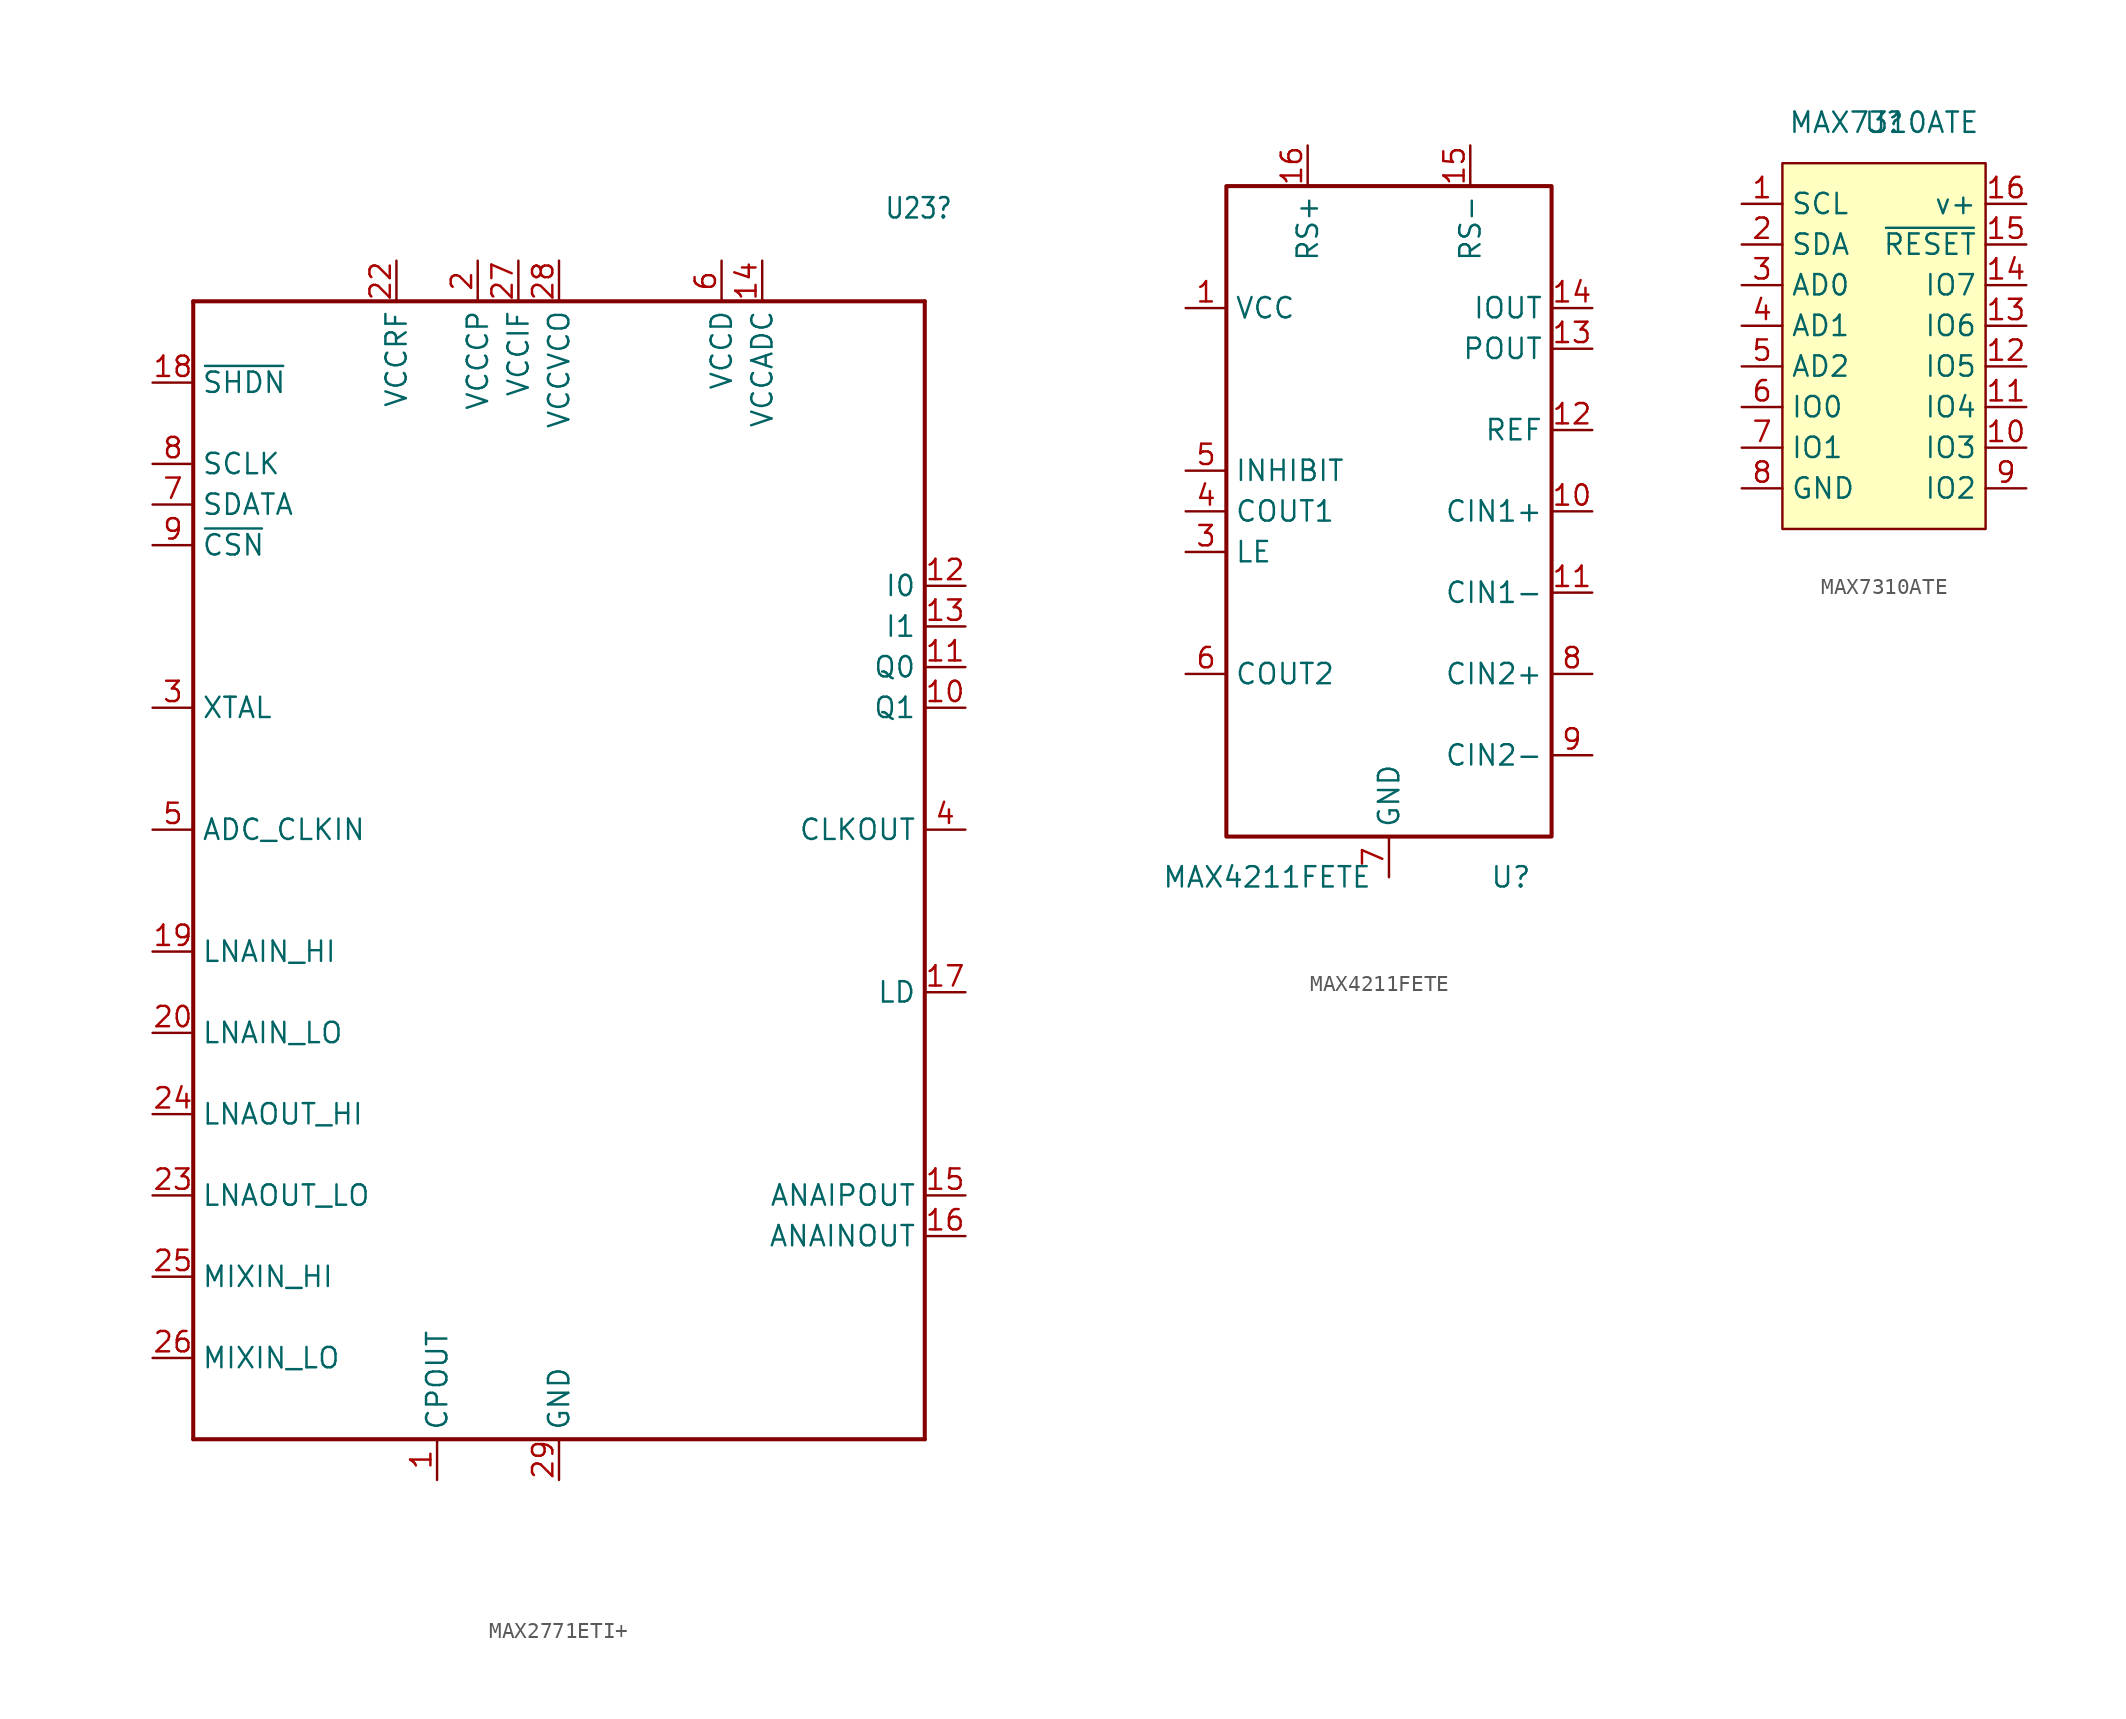
<source format=kicad_sym>
(kicad_symbol_lib
  (version 20220914)
  (generator kicad_symbol_editor)
  (symbol "MAX2771ETI+"
    (property "Reference" "U23"
      (at 20.32 40.64 0)
      (effects (font (size 1.27 1.079)) (justify left bottom)))
    (symbol "MAX2771ETI+_1_0"
      (polyline (pts (xy -22.86 -35.56) (xy 22.86 -35.56)) (stroke (width 0.254) (type default)) (fill (type none)))
      (polyline (pts (xy -22.86 35.56) (xy -22.86 -35.56)) (stroke (width 0.254) (type default)) (fill (type none)))
      (polyline (pts (xy 22.86 -35.56) (xy 22.86 35.56)) (stroke (width 0.254) (type default)) (fill (type none)))
      (polyline (pts (xy 22.86 35.56) (xy -22.86 35.56)) (stroke (width 0.254) (type default)) (fill (type none)))
      (pin output line (at -7.62 -38.1 90) (length 2.54) (name "CPOUT" (effects (font (size 1.27 1.27)))) (number "1" (effects (font (size 1.27 1.27)))))
      (pin output line (at 25.4 10.16 180) (length 2.54) (name "Q1" (effects (font (size 1.27 1.27)))) (number "10" (effects (font (size 1.27 1.27)))))
      (pin output line (at 25.4 12.7 180) (length 2.54) (name "Q0" (effects (font (size 1.27 1.27)))) (number "11" (effects (font (size 1.27 1.27)))))
      (pin output line (at 25.4 17.78 180) (length 2.54) (name "I0" (effects (font (size 1.27 1.27)))) (number "12" (effects (font (size 1.27 1.27)))))
      (pin output line (at 25.4 15.24 180) (length 2.54) (name "I1" (effects (font (size 1.27 1.27)))) (number "13" (effects (font (size 1.27 1.27)))))
      (pin power_in line (at 12.7 38.1 270) (length 2.54) (name "VCCADC" (effects (font (size 1.27 1.27)))) (number "14" (effects (font (size 1.27 1.27)))))
      (pin output line (at 25.4 -20.32 180) (length 2.54) (name "ANAIPOUT" (effects (font (size 1.27 1.27)))) (number "15" (effects (font (size 1.27 1.27)))))
      (pin output line (at 25.4 -22.86 180) (length 2.54) (name "ANAINOUT" (effects (font (size 1.27 1.27)))) (number "16" (effects (font (size 1.27 1.27)))))
      (pin output line (at 25.4 -7.62 180) (length 2.54) (name "LD" (effects (font (size 1.27 1.27)))) (number "17" (effects (font (size 1.27 1.27)))))
      (pin input line (at -25.4 30.48 0) (length 2.54) (name "~{SHDN}" (effects (font (size 1.27 1.27)))) (number "18" (effects (font (size 1.27 1.27)))))
      (pin input line (at -25.4 -5.08 0) (length 2.54) (name "LNAIN_HI" (effects (font (size 1.27 1.27)))) (number "19" (effects (font (size 1.27 1.27)))))
      (pin power_in line (at -5.08 38.1 270) (length 2.54) (name "VCCCP" (effects (font (size 1.27 1.27)))) (number "2" (effects (font (size 1.27 1.27)))))
      (pin input line (at -25.4 -10.16 0) (length 2.54) (name "LNAIN_LO" (effects (font (size 1.27 1.27)))) (number "20" (effects (font (size 1.27 1.27)))))
      (pin power_in line (at -10.16 38.1 270) (length 2.54) (name "VCCRF" (effects (font (size 1.27 1.27)))) (number "22" (effects (font (size 1.27 1.27)))))
      (pin output line (at -25.4 -20.32 0) (length 2.54) (name "LNAOUT_LO" (effects (font (size 1.27 1.27)))) (number "23" (effects (font (size 1.27 1.27)))))
      (pin output line (at -25.4 -15.24 0) (length 2.54) (name "LNAOUT_HI" (effects (font (size 1.27 1.27)))) (number "24" (effects (font (size 1.27 1.27)))))
      (pin input line (at -25.4 -25.4 0) (length 2.54) (name "MIXIN_HI" (effects (font (size 1.27 1.27)))) (number "25" (effects (font (size 1.27 1.27)))))
      (pin input line (at -25.4 -30.48 0) (length 2.54) (name "MIXIN_LO" (effects (font (size 1.27 1.27)))) (number "26" (effects (font (size 1.27 1.27)))))
      (pin power_in line (at -2.54 38.1 270) (length 2.54) (name "VCCIF" (effects (font (size 1.27 1.27)))) (number "27" (effects (font (size 1.27 1.27)))))
      (pin power_in line (at 0 38.1 270) (length 2.54) (name "VCCVCO" (effects (font (size 1.27 1.27)))) (number "28" (effects (font (size 1.27 1.27)))))
      (pin power_in line (at 0 -38.1 90) (length 2.54) (name "GND" (effects (font (size 1.27 1.27)))) (number "29" (effects (font (size 1.27 1.27)))))
      (pin input line (at -25.4 10.16 0) (length 2.54) (name "XTAL" (effects (font (size 1.27 1.27)))) (number "3" (effects (font (size 1.27 1.27)))))
      (pin output line (at 25.4 2.54 180) (length 2.54) (name "CLKOUT" (effects (font (size 1.27 1.27)))) (number "4" (effects (font (size 1.27 1.27)))))
      (pin input line (at -25.4 2.54 0) (length 2.54) (name "ADC_CLKIN" (effects (font (size 1.27 1.27)))) (number "5" (effects (font (size 1.27 1.27)))))
      (pin power_in line (at 10.16 38.1 270) (length 2.54) (name "VCCD" (effects (font (size 1.27 1.27)))) (number "6" (effects (font (size 1.27 1.27)))))
      (pin bidirectional line (at -25.4 22.86 0) (length 2.54) (name "SDATA" (effects (font (size 1.27 1.27)))) (number "7" (effects (font (size 1.27 1.27)))))
      (pin input line (at -25.4 25.4 0) (length 2.54) (name "SCLK" (effects (font (size 1.27 1.27)))) (number "8" (effects (font (size 1.27 1.27)))))
      (pin input line (at -25.4 20.32 0) (length 2.54) (name "~{CSN}" (effects (font (size 1.27 1.27)))) (number "9" (effects (font (size 1.27 1.27)))))))
  (symbol "MAX4211FETE"
    (property "Reference" "U"
      (at 7.62 -25.4 0)
      (effects (font (size 1.27 1.27))))
    (property "Value" "MAX4211FETE"
      (at -7.62 -25.4 0)
      (effects (font (size 1.27 1.27))))
    (symbol "MAX4211FETE_0_1"
      (rectangle (start -10.16 17.78) (end 10.16 -22.86) (stroke (width 0.254) (type default)) (fill (type none))))
    (symbol "MAX4211FETE_1_0"
      (pin power_in line (at -12.7 10.16 0) (length 2.54) (name "VCC" (effects (font (size 1.27 1.27)))) (number "1" (effects (font (size 1.27 1.27)))))
      (pin input line (at 12.7 -2.54 180) (length 2.54) (name "CIN1+" (effects (font (size 1.27 1.27)))) (number "10" (effects (font (size 1.27 1.27)))))
      (pin input line (at 12.7 -7.62 180) (length 2.54) (name "CIN1-" (effects (font (size 1.27 1.27)))) (number "11" (effects (font (size 1.27 1.27)))))
      (pin input line (at 12.7 2.54 180) (length 2.54) (name "REF" (effects (font (size 1.27 1.27)))) (number "12" (effects (font (size 1.27 1.27)))))
      (pin output line (at 12.7 7.62 180) (length 2.54) (name "POUT" (effects (font (size 1.27 1.27)))) (number "13" (effects (font (size 1.27 1.27)))))
      (pin output line (at 12.7 10.16 180) (length 2.54) (name "IOUT" (effects (font (size 1.27 1.27)))) (number "14" (effects (font (size 1.27 1.27)))))
      (pin input line (at 5.08 20.32 270) (length 2.54) (name "RS-" (effects (font (size 1.27 1.27)))) (number "15" (effects (font (size 1.27 1.27)))))
      (pin input line (at -5.08 20.32 270) (length 2.54) (name "RS+" (effects (font (size 1.27 1.27)))) (number "16" (effects (font (size 1.27 1.27)))))
      (pin passive line (at 0 -25.4 90) (length 2.54) hide (name "GND" (effects (font (size 1.27 1.27)))) (number "17" (effects (font (size 1.27 1.27)))))
      (pin input line (at -12.7 -5.08 0) (length 2.54) (name "LE" (effects (font (size 1.27 1.27)))) (number "3" (effects (font (size 1.27 1.27)))))
      (pin output line (at -12.7 -2.54 0) (length 2.54) (name "COUT1" (effects (font (size 1.27 1.27)))) (number "4" (effects (font (size 1.27 1.27)))))
      (pin input line (at -12.7 0 0) (length 2.54) (name "INHIBIT" (effects (font (size 1.27 1.27)))) (number "5" (effects (font (size 1.27 1.27)))))
      (pin output line (at -12.7 -12.7 0) (length 2.54) (name "COUT2" (effects (font (size 1.27 1.27)))) (number "6" (effects (font (size 1.27 1.27)))))
      (pin power_in line (at 0 -25.4 90) (length 2.54) (name "GND" (effects (font (size 1.27 1.27)))) (number "7" (effects (font (size 1.27 1.27)))))
      (pin input line (at 12.7 -12.7 180) (length 2.54) (name "CIN2+" (effects (font (size 1.27 1.27)))) (number "8" (effects (font (size 1.27 1.27)))))
      (pin input line (at 12.7 -17.78 180) (length 2.54) (name "CIN2-" (effects (font (size 1.27 1.27)))) (number "9" (effects (font (size 1.27 1.27)))))))
  (symbol "MAX7310ATE"
    (property "Reference" "U"
      (at 0 0 0)
      (effects (font (size 1.27 1.27))))
    (property "Value" "MAX7310ATE"
      (at 0 0 0)
      (effects (font (size 1.27 1.27))))
    (symbol "MAX7310ATE_0_1"
      (rectangle (start -6.35 -2.54) (end 6.35 -25.4) (stroke (width 0) (type default)) (fill (type background))))
    (symbol "MAX7310ATE_1_1"
      (pin bidirectional line (at -8.89 -5.08 0) (length 2.54) (name "SCL" (effects (font (size 1.27 1.27)))) (number "1" (effects (font (size 1.27 1.27)))))
      (pin bidirectional line (at 8.89 -20.32 180) (length 2.54) (name "IO3" (effects (font (size 1.27 1.27)))) (number "10" (effects (font (size 1.27 1.27)))))
      (pin bidirectional line (at 8.89 -17.78 180) (length 2.54) (name "IO4" (effects (font (size 1.27 1.27)))) (number "11" (effects (font (size 1.27 1.27)))))
      (pin bidirectional line (at 8.89 -15.24 180) (length 2.54) (name "IO5" (effects (font (size 1.27 1.27)))) (number "12" (effects (font (size 1.27 1.27)))))
      (pin bidirectional line (at 8.89 -12.7 180) (length 2.54) (name "IO6" (effects (font (size 1.27 1.27)))) (number "13" (effects (font (size 1.27 1.27)))))
      (pin bidirectional line (at 8.89 -10.16 180) (length 2.54) (name "IO7" (effects (font (size 1.27 1.27)))) (number "14" (effects (font (size 1.27 1.27)))))
      (pin input line (at 8.89 -7.62 180) (length 2.54) (name "~{RESET}" (effects (font (size 1.27 1.27)))) (number "15" (effects (font (size 1.27 1.27)))))
      (pin power_in line (at 8.89 -5.08 180) (length 2.54) (name "v+" (effects (font (size 1.27 1.27)))) (number "16" (effects (font (size 1.27 1.27)))))
      (pin bidirectional line (at -8.89 -7.62 0) (length 2.54) (name "SDA" (effects (font (size 1.27 1.27)))) (number "2" (effects (font (size 1.27 1.27)))))
      (pin input line (at -8.89 -10.16 0) (length 2.54) (name "AD0" (effects (font (size 1.27 1.27)))) (number "3" (effects (font (size 1.27 1.27)))))
      (pin input line (at -8.89 -12.7 0) (length 2.54) (name "AD1" (effects (font (size 1.27 1.27)))) (number "4" (effects (font (size 1.27 1.27)))))
      (pin input line (at -8.89 -15.24 0) (length 2.54) (name "AD2" (effects (font (size 1.27 1.27)))) (number "5" (effects (font (size 1.27 1.27)))))
      (pin bidirectional line (at -8.89 -17.78 0) (length 2.54) (name "IO0" (effects (font (size 1.27 1.27)))) (number "6" (effects (font (size 1.27 1.27)))))
      (pin bidirectional line (at -8.89 -20.32 0) (length 2.54) (name "IO1" (effects (font (size 1.27 1.27)))) (number "7" (effects (font (size 1.27 1.27)))))
      (pin power_in line (at -8.89 -22.86 0) (length 2.54) (name "GND" (effects (font (size 1.27 1.27)))) (number "8" (effects (font (size 1.27 1.27)))))
      (pin bidirectional line (at 8.89 -22.86 180) (length 2.54) (name "IO2" (effects (font (size 1.27 1.27)))) (number "9" (effects (font (size 1.27 1.27))))))))
</source>
